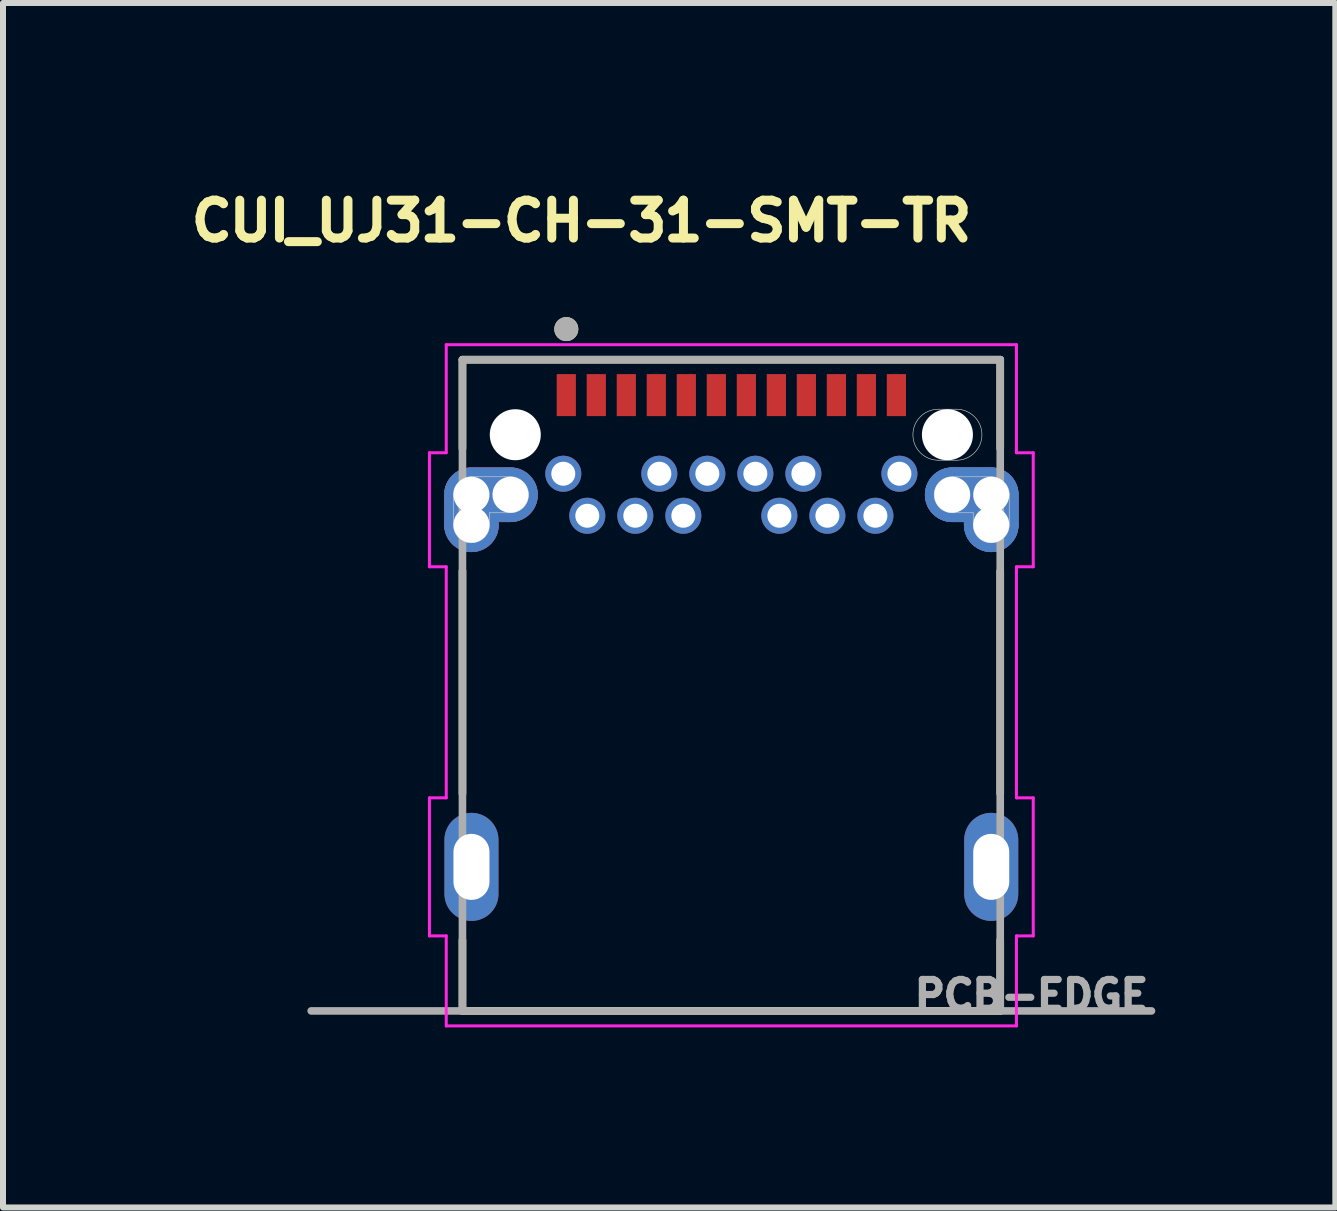
<source format=kicad_pcb>
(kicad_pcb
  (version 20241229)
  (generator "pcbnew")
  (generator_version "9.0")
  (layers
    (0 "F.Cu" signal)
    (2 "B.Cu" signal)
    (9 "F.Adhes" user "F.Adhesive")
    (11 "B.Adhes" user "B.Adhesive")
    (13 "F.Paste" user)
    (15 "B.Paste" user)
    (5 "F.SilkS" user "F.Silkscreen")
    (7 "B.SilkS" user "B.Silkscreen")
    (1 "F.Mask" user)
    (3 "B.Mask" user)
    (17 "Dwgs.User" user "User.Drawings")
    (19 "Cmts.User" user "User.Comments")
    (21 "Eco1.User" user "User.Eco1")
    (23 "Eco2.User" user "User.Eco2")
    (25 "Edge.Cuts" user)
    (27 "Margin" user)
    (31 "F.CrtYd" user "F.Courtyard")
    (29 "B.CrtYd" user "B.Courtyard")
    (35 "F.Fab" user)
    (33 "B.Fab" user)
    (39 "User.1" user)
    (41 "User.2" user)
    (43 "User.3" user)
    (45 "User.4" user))
  (footprint "CUI_UJ31-CH-31-SMT-TR"
    (layer "F.Cu")
    (at 9.135 3.533)
    (property "Reference" "CUI_UJ31-CH-31-SMT-TR" (at -2.496 -2.901 0) (layer "F.SilkS") (effects (font (size 0.631 0.631) (thickness 0.15))))
    (attr through_hole)
    (fp_poly (pts (xy -4.78 1.66) (xy -4.78 2.16) (xy -4.779 2.184) (xy -4.778 2.207) (xy -4.774 2.23) (xy -4.77 2.254) (xy -4.765 2.276) (xy -4.758 2.299) (xy -4.75 2.321) (xy -4.741 2.343) (xy -4.731 2.364) (xy -4.72 2.385) (xy -4.707 2.405) (xy -4.694 2.425) (xy -4.68 2.443) (xy -4.664 2.461) (xy -4.648 2.478) (xy -4.631 2.494) (xy -4.613 2.51) (xy -4.595 2.524) (xy -4.575 2.537) (xy -4.555 2.55) (xy -4.534 2.561) (xy -4.513 2.571) (xy -4.491 2.58) (xy -4.469 2.588) (xy -4.446 2.595) (xy -4.424 2.6) (xy -4.4 2.604) (xy -4.377 2.608) (xy -4.354 2.609) (xy -4.33 2.61) (xy -4.306 2.609) (xy -4.283 2.608) (xy -4.26 2.604) (xy -4.236 2.6) (xy -4.214 2.595) (xy -4.191 2.588) (xy -4.169 2.58) (xy -4.147 2.571) (xy -4.126 2.561) (xy -4.105 2.55) (xy -4.085 2.537) (xy -4.065 2.524) (xy -4.047 2.51) (xy -4.029 2.494) (xy -4.012 2.478) (xy -3.996 2.461) (xy -3.98 2.443) (xy -3.966 2.425) (xy -3.953 2.405) (xy -3.94 2.385) (xy -3.929 2.364) (xy -3.919 2.343) (xy -3.91 2.321) (xy -3.902 2.299) (xy -3.895 2.276) (xy -3.89 2.254) (xy -3.886 2.23) (xy -3.882 2.207) (xy -3.881 2.184) (xy -3.88 2.16) (xy -3.88 2.11) (xy -3.68 2.11) (xy -3.656 2.109) (xy -3.633 2.108) (xy -3.61 2.104) (xy -3.586 2.1) (xy -3.564 2.095) (xy -3.541 2.088) (xy -3.519 2.08) (xy -3.497 2.071) (xy -3.476 2.061) (xy -3.455 2.05) (xy -3.435 2.037) (xy -3.415 2.024) (xy -3.397 2.01) (xy -3.379 1.994) (xy -3.362 1.978) (xy -3.346 1.961) (xy -3.33 1.943) (xy -3.316 1.925) (xy -3.303 1.905) (xy -3.29 1.885) (xy -3.279 1.864) (xy -3.269 1.843) (xy -3.26 1.821) (xy -3.252 1.799) (xy -3.245 1.776) (xy -3.24 1.754) (xy -3.236 1.73) (xy -3.232 1.707) (xy -3.231 1.684) (xy -3.23 1.66) (xy -3.231 1.636) (xy -3.232 1.613) (xy -3.236 1.59) (xy -3.24 1.566) (xy -3.245 1.544) (xy -3.252 1.521) (xy -3.26 1.499) (xy -3.269 1.477) (xy -3.279 1.456) (xy -3.29 1.435) (xy -3.303 1.415) (xy -3.316 1.395) (xy -3.33 1.377) (xy -3.346 1.359) (xy -3.362 1.342) (xy -3.379 1.326) (xy -3.397 1.31) (xy -3.415 1.296) (xy -3.435 1.283) (xy -3.455 1.27) (xy -3.476 1.259) (xy -3.497 1.249) (xy -3.519 1.24) (xy -3.541 1.232) (xy -3.564 1.225) (xy -3.586 1.22) (xy -3.61 1.216) (xy -3.633 1.212) (xy -3.656 1.211) (xy -3.68 1.21) (xy -4.33 1.21) (xy -4.354 1.211) (xy -4.377 1.212) (xy -4.4 1.216) (xy -4.424 1.22) (xy -4.446 1.225) (xy -4.469 1.232) (xy -4.491 1.24) (xy -4.513 1.249) (xy -4.534 1.259) (xy -4.555 1.27) (xy -4.575 1.283) (xy -4.595 1.296) (xy -4.613 1.31) (xy -4.631 1.326) (xy -4.648 1.342) (xy -4.664 1.359) (xy -4.68 1.377) (xy -4.694 1.395) (xy -4.707 1.415) (xy -4.72 1.435) (xy -4.731 1.456) (xy -4.741 1.477) (xy -4.75 1.499) (xy -4.758 1.521) (xy -4.765 1.544) (xy -4.77 1.566) (xy -4.774 1.59) (xy -4.778 1.613) (xy -4.779 1.636) (xy -4.78 1.66)) (stroke (width 0.01) (type solid)) (fill yes) (layer "F.Cu"))
    (fp_poly (pts (xy -4.78 1.66) (xy -4.78 2.16) (xy -4.779 2.184) (xy -4.778 2.207) (xy -4.774 2.23) (xy -4.77 2.254) (xy -4.765 2.276) (xy -4.758 2.299) (xy -4.75 2.321) (xy -4.741 2.343) (xy -4.731 2.364) (xy -4.72 2.385) (xy -4.707 2.405) (xy -4.694 2.425) (xy -4.68 2.443) (xy -4.664 2.461) (xy -4.648 2.478) (xy -4.631 2.494) (xy -4.613 2.51) (xy -4.595 2.524) (xy -4.575 2.537) (xy -4.555 2.55) (xy -4.534 2.561) (xy -4.513 2.571) (xy -4.491 2.58) (xy -4.469 2.588) (xy -4.446 2.595) (xy -4.424 2.6) (xy -4.4 2.604) (xy -4.377 2.608) (xy -4.354 2.609) (xy -4.33 2.61) (xy -4.306 2.609) (xy -4.283 2.608) (xy -4.26 2.604) (xy -4.236 2.6) (xy -4.214 2.595) (xy -4.191 2.588) (xy -4.169 2.58) (xy -4.147 2.571) (xy -4.126 2.561) (xy -4.105 2.55) (xy -4.085 2.537) (xy -4.065 2.524) (xy -4.047 2.51) (xy -4.029 2.494) (xy -4.012 2.478) (xy -3.996 2.461) (xy -3.98 2.443) (xy -3.966 2.425) (xy -3.953 2.405) (xy -3.94 2.385) (xy -3.929 2.364) (xy -3.919 2.343) (xy -3.91 2.321) (xy -3.902 2.299) (xy -3.895 2.276) (xy -3.89 2.254) (xy -3.886 2.23) (xy -3.882 2.207) (xy -3.881 2.184) (xy -3.88 2.16) (xy -3.88 2.11) (xy -3.68 2.11) (xy -3.656 2.109) (xy -3.633 2.108) (xy -3.61 2.104) (xy -3.586 2.1) (xy -3.564 2.095) (xy -3.541 2.088) (xy -3.519 2.08) (xy -3.497 2.071) (xy -3.476 2.061) (xy -3.455 2.05) (xy -3.435 2.037) (xy -3.415 2.024) (xy -3.397 2.01) (xy -3.379 1.994) (xy -3.362 1.978) (xy -3.346 1.961) (xy -3.33 1.943) (xy -3.316 1.925) (xy -3.303 1.905) (xy -3.29 1.885) (xy -3.279 1.864) (xy -3.269 1.843) (xy -3.26 1.821) (xy -3.252 1.799) (xy -3.245 1.776) (xy -3.24 1.754) (xy -3.236 1.73) (xy -3.232 1.707) (xy -3.231 1.684) (xy -3.23 1.66) (xy -3.231 1.636) (xy -3.232 1.613) (xy -3.236 1.59) (xy -3.24 1.566) (xy -3.245 1.544) (xy -3.252 1.521) (xy -3.26 1.499) (xy -3.269 1.477) (xy -3.279 1.456) (xy -3.29 1.435) (xy -3.303 1.415) (xy -3.316 1.395) (xy -3.33 1.377) (xy -3.346 1.359) (xy -3.362 1.342) (xy -3.379 1.326) (xy -3.397 1.31) (xy -3.415 1.296) (xy -3.435 1.283) (xy -3.455 1.27) (xy -3.476 1.259) (xy -3.497 1.249) (xy -3.519 1.24) (xy -3.541 1.232) (xy -3.564 1.225) (xy -3.586 1.22) (xy -3.61 1.216) (xy -3.633 1.212) (xy -3.656 1.211) (xy -3.68 1.21) (xy -4.33 1.21) (xy -4.354 1.211) (xy -4.377 1.212) (xy -4.4 1.216) (xy -4.424 1.22) (xy -4.446 1.225) (xy -4.469 1.232) (xy -4.491 1.24) (xy -4.513 1.249) (xy -4.534 1.259) (xy -4.555 1.27) (xy -4.575 1.283) (xy -4.595 1.296) (xy -4.613 1.31) (xy -4.631 1.326) (xy -4.648 1.342) (xy -4.664 1.359) (xy -4.68 1.377) (xy -4.694 1.395) (xy -4.707 1.415) (xy -4.72 1.435) (xy -4.731 1.456) (xy -4.741 1.477) (xy -4.75 1.499) (xy -4.758 1.521) (xy -4.765 1.544) (xy -4.77 1.566) (xy -4.774 1.59) (xy -4.778 1.613) (xy -4.779 1.636) (xy -4.78 1.66)) (stroke (width 0.01) (type solid)) (fill yes) (layer "F.Cu"))
    (fp_poly (pts (xy 4.78 1.66) (xy 4.78 2.16) (xy 4.779 2.184) (xy 4.778 2.207) (xy 4.774 2.23) (xy 4.77 2.254) (xy 4.765 2.276) (xy 4.758 2.299) (xy 4.75 2.321) (xy 4.741 2.343) (xy 4.731 2.364) (xy 4.72 2.385) (xy 4.707 2.405) (xy 4.694 2.425) (xy 4.68 2.443) (xy 4.664 2.461) (xy 4.648 2.478) (xy 4.631 2.494) (xy 4.613 2.51) (xy 4.595 2.524) (xy 4.575 2.537) (xy 4.555 2.55) (xy 4.534 2.561) (xy 4.513 2.571) (xy 4.491 2.58) (xy 4.469 2.588) (xy 4.446 2.595) (xy 4.424 2.6) (xy 4.4 2.604) (xy 4.377 2.608) (xy 4.354 2.609) (xy 4.33 2.61) (xy 4.306 2.609) (xy 4.283 2.608) (xy 4.26 2.604) (xy 4.236 2.6) (xy 4.214 2.595) (xy 4.191 2.588) (xy 4.169 2.58) (xy 4.147 2.571) (xy 4.126 2.561) (xy 4.105 2.55) (xy 4.085 2.537) (xy 4.065 2.524) (xy 4.047 2.51) (xy 4.029 2.494) (xy 4.012 2.478) (xy 3.996 2.461) (xy 3.98 2.443) (xy 3.966 2.425) (xy 3.953 2.405) (xy 3.94 2.385) (xy 3.929 2.364) (xy 3.919 2.343) (xy 3.91 2.321) (xy 3.902 2.299) (xy 3.895 2.276) (xy 3.89 2.254) (xy 3.886 2.23) (xy 3.882 2.207) (xy 3.881 2.184) (xy 3.88 2.16) (xy 3.88 2.11) (xy 3.68 2.11) (xy 3.656 2.109) (xy 3.633 2.108) (xy 3.61 2.104) (xy 3.586 2.1) (xy 3.564 2.095) (xy 3.541 2.088) (xy 3.519 2.08) (xy 3.497 2.071) (xy 3.476 2.061) (xy 3.455 2.05) (xy 3.435 2.037) (xy 3.415 2.024) (xy 3.397 2.01) (xy 3.379 1.994) (xy 3.362 1.978) (xy 3.346 1.961) (xy 3.33 1.943) (xy 3.316 1.925) (xy 3.303 1.905) (xy 3.29 1.885) (xy 3.279 1.864) (xy 3.269 1.843) (xy 3.26 1.821) (xy 3.252 1.799) (xy 3.245 1.776) (xy 3.24 1.754) (xy 3.236 1.73) (xy 3.232 1.707) (xy 3.231 1.684) (xy 3.23 1.66) (xy 3.231 1.636) (xy 3.232 1.613) (xy 3.236 1.59) (xy 3.24 1.566) (xy 3.245 1.544) (xy 3.252 1.521) (xy 3.26 1.499) (xy 3.269 1.477) (xy 3.279 1.456) (xy 3.29 1.435) (xy 3.303 1.415) (xy 3.316 1.395) (xy 3.33 1.377) (xy 3.346 1.359) (xy 3.362 1.342) (xy 3.379 1.326) (xy 3.397 1.31) (xy 3.415 1.296) (xy 3.435 1.283) (xy 3.455 1.27) (xy 3.476 1.259) (xy 3.497 1.249) (xy 3.519 1.24) (xy 3.541 1.232) (xy 3.564 1.225) (xy 3.586 1.22) (xy 3.61 1.216) (xy 3.633 1.212) (xy 3.656 1.211) (xy 3.68 1.21) (xy 4.33 1.21) (xy 4.354 1.211) (xy 4.377 1.212) (xy 4.4 1.216) (xy 4.424 1.22) (xy 4.446 1.225) (xy 4.469 1.232) (xy 4.491 1.24) (xy 4.513 1.249) (xy 4.534 1.259) (xy 4.555 1.27) (xy 4.575 1.283) (xy 4.595 1.296) (xy 4.613 1.31) (xy 4.631 1.326) (xy 4.648 1.342) (xy 4.664 1.359) (xy 4.68 1.377) (xy 4.694 1.395) (xy 4.707 1.415) (xy 4.72 1.435) (xy 4.731 1.456) (xy 4.741 1.477) (xy 4.75 1.499) (xy 4.758 1.521) (xy 4.765 1.544) (xy 4.77 1.566) (xy 4.774 1.59) (xy 4.778 1.613) (xy 4.779 1.636) (xy 4.78 1.66)) (stroke (width 0.01) (type solid)) (fill yes) (layer "F.Cu"))
    (fp_poly (pts (xy 2.925 0.66) (xy 2.926 0.633) (xy 2.928 0.605) (xy 2.931 0.578) (xy 2.936 0.551) (xy 2.943 0.524) (xy 2.951 0.498) (xy 2.96 0.472) (xy 2.97 0.446) (xy 2.982 0.422) (xy 2.995 0.398) (xy 3.01 0.374) (xy 3.025 0.351) (xy 3.042 0.33) (xy 3.06 0.309) (xy 3.079 0.289) (xy 3.099 0.27) (xy 3.12 0.252) (xy 3.141 0.235) (xy 3.164 0.22) (xy 3.188 0.205) (xy 3.212 0.192) (xy 3.236 0.18) (xy 3.262 0.17) (xy 3.288 0.161) (xy 3.314 0.153) (xy 3.341 0.146) (xy 3.368 0.141) (xy 3.395 0.138) (xy 3.423 0.136) (xy 3.45 0.135) (xy 3.75 0.135) (xy 3.777 0.136) (xy 3.805 0.138) (xy 3.832 0.141) (xy 3.859 0.146) (xy 3.886 0.153) (xy 3.912 0.161) (xy 3.938 0.17) (xy 3.964 0.18) (xy 3.988 0.192) (xy 4.013 0.205) (xy 4.036 0.22) (xy 4.059 0.235) (xy 4.08 0.252) (xy 4.101 0.27) (xy 4.121 0.289) (xy 4.14 0.309) (xy 4.158 0.33) (xy 4.175 0.351) (xy 4.19 0.374) (xy 4.205 0.398) (xy 4.218 0.422) (xy 4.23 0.446) (xy 4.24 0.472) (xy 4.249 0.498) (xy 4.257 0.524) (xy 4.264 0.551) (xy 4.269 0.578) (xy 4.272 0.605) (xy 4.274 0.633) (xy 4.275 0.66) (xy 4.274 0.687) (xy 4.272 0.715) (xy 4.269 0.742) (xy 4.264 0.769) (xy 4.257 0.796) (xy 4.249 0.822) (xy 4.24 0.848) (xy 4.23 0.874) (xy 4.218 0.898) (xy 4.205 0.922) (xy 4.19 0.946) (xy 4.175 0.969) (xy 4.158 0.99) (xy 4.14 1.011) (xy 4.121 1.031) (xy 4.101 1.05) (xy 4.08 1.068) (xy 4.059 1.085) (xy 4.036 1.1) (xy 4.013 1.115) (xy 3.988 1.128) (xy 3.964 1.14) (xy 3.938 1.15) (xy 3.912 1.159) (xy 3.886 1.167) (xy 3.859 1.174) (xy 3.832 1.179) (xy 3.805 1.182) (xy 3.777 1.184) (xy 3.75 1.185) (xy 3.45 1.185) (xy 3.423 1.184) (xy 3.395 1.182) (xy 3.368 1.179) (xy 3.341 1.174) (xy 3.314 1.167) (xy 3.288 1.159) (xy 3.262 1.15) (xy 3.236 1.14) (xy 3.212 1.128) (xy 3.188 1.115) (xy 3.164 1.1) (xy 3.141 1.085) (xy 3.12 1.068) (xy 3.099 1.05) (xy 3.079 1.031) (xy 3.06 1.011) (xy 3.042 0.99) (xy 3.025 0.969) (xy 3.01 0.946) (xy 2.995 0.922) (xy 2.982 0.898) (xy 2.97 0.874) (xy 2.96 0.848) (xy 2.951 0.822) (xy 2.943 0.796) (xy 2.936 0.769) (xy 2.931 0.742) (xy 2.928 0.715) (xy 2.926 0.687) (xy 2.925 0.66)) (stroke (width 0.01) (type solid)) (fill yes) (layer "F.Mask"))
    (fp_poly (pts (xy -4.88 1.66) (xy -4.88 2.16) (xy -4.879 2.189) (xy -4.877 2.217) (xy -4.873 2.246) (xy -4.868 2.274) (xy -4.861 2.302) (xy -4.853 2.33) (xy -4.843 2.357) (xy -4.832 2.384) (xy -4.82 2.41) (xy -4.806 2.435) (xy -4.791 2.46) (xy -4.775 2.483) (xy -4.757 2.506) (xy -4.739 2.528) (xy -4.719 2.549) (xy -4.698 2.569) (xy -4.676 2.587) (xy -4.653 2.605) (xy -4.63 2.621) (xy -4.605 2.636) (xy -4.58 2.65) (xy -4.554 2.662) (xy -4.527 2.673) (xy -4.5 2.683) (xy -4.472 2.691) (xy -4.444 2.698) (xy -4.416 2.703) (xy -4.387 2.707) (xy -4.359 2.709) (xy -4.33 2.71) (xy -4.28 2.71) (xy -4.255 2.707) (xy -4.23 2.702) (xy -4.205 2.697) (xy -4.18 2.69) (xy -4.156 2.682) (xy -4.132 2.674) (xy -4.108 2.664) (xy -4.085 2.653) (xy -4.063 2.641) (xy -4.041 2.628) (xy -4.02 2.614) (xy -3.999 2.599) (xy -3.979 2.583) (xy -3.96 2.566) (xy -3.941 2.549) (xy -3.924 2.53) (xy -3.907 2.511) (xy -3.891 2.491) (xy -3.876 2.47) (xy -3.862 2.449) (xy -3.849 2.427) (xy -3.837 2.405) (xy -3.826 2.382) (xy -3.816 2.358) (xy -3.808 2.334) (xy -3.8 2.31) (xy -3.793 2.285) (xy -3.788 2.26) (xy -3.783 2.235) (xy -3.78 2.21) (xy -3.68 2.21) (xy -3.651 2.209) (xy -3.623 2.207) (xy -3.594 2.203) (xy -3.566 2.198) (xy -3.538 2.191) (xy -3.51 2.183) (xy -3.483 2.173) (xy -3.456 2.162) (xy -3.43 2.15) (xy -3.405 2.136) (xy -3.38 2.121) (xy -3.357 2.105) (xy -3.334 2.087) (xy -3.312 2.069) (xy -3.291 2.049) (xy -3.271 2.028) (xy -3.253 2.006) (xy -3.235 1.983) (xy -3.219 1.96) (xy -3.204 1.935) (xy -3.19 1.91) (xy -3.178 1.884) (xy -3.167 1.857) (xy -3.157 1.83) (xy -3.149 1.802) (xy -3.142 1.774) (xy -3.137 1.746) (xy -3.133 1.717) (xy -3.131 1.689) (xy -3.13 1.66) (xy -3.131 1.631) (xy -3.133 1.603) (xy -3.137 1.574) (xy -3.142 1.546) (xy -3.149 1.518) (xy -3.157 1.49) (xy -3.167 1.463) (xy -3.178 1.436) (xy -3.19 1.41) (xy -3.204 1.385) (xy -3.219 1.36) (xy -3.235 1.337) (xy -3.253 1.314) (xy -3.271 1.292) (xy -3.291 1.271) (xy -3.312 1.251) (xy -3.334 1.233) (xy -3.357 1.215) (xy -3.38 1.199) (xy -3.405 1.184) (xy -3.43 1.17) (xy -3.456 1.158) (xy -3.483 1.147) (xy -3.51 1.137) (xy -3.538 1.129) (xy -3.566 1.122) (xy -3.594 1.117) (xy -3.623 1.113) (xy -3.651 1.111) (xy -3.68 1.11) (xy -4.33 1.11) (xy -4.359 1.111) (xy -4.387 1.113) (xy -4.416 1.117) (xy -4.444 1.122) (xy -4.472 1.129) (xy -4.5 1.137) (xy -4.527 1.147) (xy -4.554 1.158) (xy -4.58 1.17) (xy -4.605 1.184) (xy -4.63 1.199) (xy -4.653 1.215) (xy -4.676 1.233) (xy -4.698 1.251) (xy -4.719 1.271) (xy -4.739 1.292) (xy -4.757 1.314) (xy -4.775 1.337) (xy -4.791 1.36) (xy -4.806 1.385) (xy -4.82 1.41) (xy -4.832 1.436) (xy -4.843 1.463) (xy -4.853 1.49) (xy -4.861 1.518) (xy -4.868 1.546) (xy -4.873 1.574) (xy -4.877 1.603) (xy -4.879 1.631) (xy -4.88 1.66)) (stroke (width 0.01) (type solid)) (fill yes) (layer "F.Mask"))
    (fp_poly (pts (xy 4.88 1.66) (xy 4.88 2.16) (xy 4.879 2.189) (xy 4.877 2.217) (xy 4.873 2.246) (xy 4.868 2.274) (xy 4.861 2.302) (xy 4.853 2.33) (xy 4.843 2.357) (xy 4.832 2.384) (xy 4.82 2.41) (xy 4.806 2.435) (xy 4.791 2.46) (xy 4.775 2.483) (xy 4.757 2.506) (xy 4.739 2.528) (xy 4.719 2.549) (xy 4.698 2.569) (xy 4.676 2.587) (xy 4.653 2.605) (xy 4.63 2.621) (xy 4.605 2.636) (xy 4.58 2.65) (xy 4.554 2.662) (xy 4.527 2.673) (xy 4.5 2.683) (xy 4.472 2.691) (xy 4.444 2.698) (xy 4.416 2.703) (xy 4.387 2.707) (xy 4.359 2.709) (xy 4.33 2.71) (xy 4.28 2.71) (xy 4.255 2.707) (xy 4.23 2.702) (xy 4.205 2.697) (xy 4.18 2.69) (xy 4.156 2.682) (xy 4.132 2.674) (xy 4.108 2.664) (xy 4.085 2.653) (xy 4.063 2.641) (xy 4.041 2.628) (xy 4.02 2.614) (xy 3.999 2.599) (xy 3.979 2.583) (xy 3.96 2.566) (xy 3.941 2.549) (xy 3.924 2.53) (xy 3.907 2.511) (xy 3.891 2.491) (xy 3.876 2.47) (xy 3.862 2.449) (xy 3.849 2.427) (xy 3.837 2.405) (xy 3.826 2.382) (xy 3.816 2.358) (xy 3.808 2.334) (xy 3.8 2.31) (xy 3.793 2.285) (xy 3.788 2.26) (xy 3.783 2.235) (xy 3.78 2.21) (xy 3.68 2.21) (xy 3.651 2.209) (xy 3.623 2.207) (xy 3.594 2.203) (xy 3.566 2.198) (xy 3.538 2.191) (xy 3.51 2.183) (xy 3.483 2.173) (xy 3.456 2.162) (xy 3.43 2.15) (xy 3.405 2.136) (xy 3.38 2.121) (xy 3.357 2.105) (xy 3.334 2.087) (xy 3.312 2.069) (xy 3.291 2.049) (xy 3.271 2.028) (xy 3.253 2.006) (xy 3.235 1.983) (xy 3.219 1.96) (xy 3.204 1.935) (xy 3.19 1.91) (xy 3.178 1.884) (xy 3.167 1.857) (xy 3.157 1.83) (xy 3.149 1.802) (xy 3.142 1.774) (xy 3.137 1.746) (xy 3.133 1.717) (xy 3.131 1.689) (xy 3.13 1.66) (xy 3.131 1.631) (xy 3.133 1.603) (xy 3.137 1.574) (xy 3.142 1.546) (xy 3.149 1.518) (xy 3.157 1.49) (xy 3.167 1.463) (xy 3.178 1.436) (xy 3.19 1.41) (xy 3.204 1.385) (xy 3.219 1.36) (xy 3.235 1.337) (xy 3.253 1.314) (xy 3.271 1.292) (xy 3.291 1.271) (xy 3.312 1.251) (xy 3.334 1.233) (xy 3.357 1.215) (xy 3.38 1.199) (xy 3.405 1.184) (xy 3.43 1.17) (xy 3.456 1.158) (xy 3.483 1.147) (xy 3.51 1.137) (xy 3.538 1.129) (xy 3.566 1.122) (xy 3.594 1.117) (xy 3.623 1.113) (xy 3.651 1.111) (xy 3.68 1.11) (xy 4.33 1.11) (xy 4.359 1.111) (xy 4.387 1.113) (xy 4.416 1.117) (xy 4.444 1.122) (xy 4.472 1.129) (xy 4.5 1.137) (xy 4.527 1.147) (xy 4.554 1.158) (xy 4.58 1.17) (xy 4.605 1.184) (xy 4.63 1.199) (xy 4.653 1.215) (xy 4.676 1.233) (xy 4.698 1.251) (xy 4.719 1.271) (xy 4.739 1.292) (xy 4.757 1.314) (xy 4.775 1.337) (xy 4.791 1.36) (xy 4.806 1.385) (xy 4.82 1.41) (xy 4.832 1.436) (xy 4.843 1.463) (xy 4.853 1.49) (xy 4.861 1.518) (xy 4.868 1.546) (xy 4.873 1.574) (xy 4.877 1.603) (xy 4.879 1.631) (xy 4.88 1.66)) (stroke (width 0.01) (type solid)) (fill yes) (layer "F.Mask"))
    (fp_poly (pts (xy -4.78 1.66) (xy -4.78 2.16) (xy -4.779 2.184) (xy -4.778 2.207) (xy -4.774 2.23) (xy -4.77 2.254) (xy -4.765 2.276) (xy -4.758 2.299) (xy -4.75 2.321) (xy -4.741 2.343) (xy -4.731 2.364) (xy -4.72 2.385) (xy -4.707 2.405) (xy -4.694 2.425) (xy -4.68 2.443) (xy -4.664 2.461) (xy -4.648 2.478) (xy -4.631 2.494) (xy -4.613 2.51) (xy -4.595 2.524) (xy -4.575 2.537) (xy -4.555 2.55) (xy -4.534 2.561) (xy -4.513 2.571) (xy -4.491 2.58) (xy -4.469 2.588) (xy -4.446 2.595) (xy -4.424 2.6) (xy -4.4 2.604) (xy -4.377 2.608) (xy -4.354 2.609) (xy -4.33 2.61) (xy -4.306 2.609) (xy -4.283 2.608) (xy -4.26 2.604) (xy -4.236 2.6) (xy -4.214 2.595) (xy -4.191 2.588) (xy -4.169 2.58) (xy -4.147 2.571) (xy -4.126 2.561) (xy -4.105 2.55) (xy -4.085 2.537) (xy -4.065 2.524) (xy -4.047 2.51) (xy -4.029 2.494) (xy -4.012 2.478) (xy -3.996 2.461) (xy -3.98 2.443) (xy -3.966 2.425) (xy -3.953 2.405) (xy -3.94 2.385) (xy -3.929 2.364) (xy -3.919 2.343) (xy -3.91 2.321) (xy -3.902 2.299) (xy -3.895 2.276) (xy -3.89 2.254) (xy -3.886 2.23) (xy -3.882 2.207) (xy -3.881 2.184) (xy -3.88 2.16) (xy -3.88 2.11) (xy -3.68 2.11) (xy -3.656 2.109) (xy -3.633 2.108) (xy -3.61 2.104) (xy -3.586 2.1) (xy -3.564 2.095) (xy -3.541 2.088) (xy -3.519 2.08) (xy -3.497 2.071) (xy -3.476 2.061) (xy -3.455 2.05) (xy -3.435 2.037) (xy -3.415 2.024) (xy -3.397 2.01) (xy -3.379 1.994) (xy -3.362 1.978) (xy -3.346 1.961) (xy -3.33 1.943) (xy -3.316 1.925) (xy -3.303 1.905) (xy -3.29 1.885) (xy -3.279 1.864) (xy -3.269 1.843) (xy -3.26 1.821) (xy -3.252 1.799) (xy -3.245 1.776) (xy -3.24 1.754) (xy -3.236 1.73) (xy -3.232 1.707) (xy -3.231 1.684) (xy -3.23 1.66) (xy -3.231 1.636) (xy -3.232 1.613) (xy -3.236 1.59) (xy -3.24 1.566) (xy -3.245 1.544) (xy -3.252 1.521) (xy -3.26 1.499) (xy -3.269 1.477) (xy -3.279 1.456) (xy -3.29 1.435) (xy -3.303 1.415) (xy -3.316 1.395) (xy -3.33 1.377) (xy -3.346 1.359) (xy -3.362 1.342) (xy -3.379 1.326) (xy -3.397 1.31) (xy -3.415 1.296) (xy -3.435 1.283) (xy -3.455 1.27) (xy -3.476 1.259) (xy -3.497 1.249) (xy -3.519 1.24) (xy -3.541 1.232) (xy -3.564 1.225) (xy -3.586 1.22) (xy -3.61 1.216) (xy -3.633 1.212) (xy -3.656 1.211) (xy -3.68 1.21) (xy -4.33 1.21) (xy -4.354 1.211) (xy -4.377 1.212) (xy -4.4 1.216) (xy -4.424 1.22) (xy -4.446 1.225) (xy -4.469 1.232) (xy -4.491 1.24) (xy -4.513 1.249) (xy -4.534 1.259) (xy -4.555 1.27) (xy -4.575 1.283) (xy -4.595 1.296) (xy -4.613 1.31) (xy -4.631 1.326) (xy -4.648 1.342) (xy -4.664 1.359) (xy -4.68 1.377) (xy -4.694 1.395) (xy -4.707 1.415) (xy -4.72 1.435) (xy -4.731 1.456) (xy -4.741 1.477) (xy -4.75 1.499) (xy -4.758 1.521) (xy -4.765 1.544) (xy -4.77 1.566) (xy -4.774 1.59) (xy -4.778 1.613) (xy -4.779 1.636) (xy -4.78 1.66)) (stroke (width 0.01) (type solid)) (fill yes) (layer "B.Cu"))
    (fp_poly (pts (xy 4.78 1.66) (xy 4.78 2.16) (xy 4.779 2.184) (xy 4.778 2.207) (xy 4.774 2.23) (xy 4.77 2.254) (xy 4.765 2.276) (xy 4.758 2.299) (xy 4.75 2.321) (xy 4.741 2.343) (xy 4.731 2.364) (xy 4.72 2.385) (xy 4.707 2.405) (xy 4.694 2.425) (xy 4.68 2.443) (xy 4.664 2.461) (xy 4.648 2.478) (xy 4.631 2.494) (xy 4.613 2.51) (xy 4.595 2.524) (xy 4.575 2.537) (xy 4.555 2.55) (xy 4.534 2.561) (xy 4.513 2.571) (xy 4.491 2.58) (xy 4.469 2.588) (xy 4.446 2.595) (xy 4.424 2.6) (xy 4.4 2.604) (xy 4.377 2.608) (xy 4.354 2.609) (xy 4.33 2.61) (xy 4.306 2.609) (xy 4.283 2.608) (xy 4.26 2.604) (xy 4.236 2.6) (xy 4.214 2.595) (xy 4.191 2.588) (xy 4.169 2.58) (xy 4.147 2.571) (xy 4.126 2.561) (xy 4.105 2.55) (xy 4.085 2.537) (xy 4.065 2.524) (xy 4.047 2.51) (xy 4.029 2.494) (xy 4.012 2.478) (xy 3.996 2.461) (xy 3.98 2.443) (xy 3.966 2.425) (xy 3.953 2.405) (xy 3.94 2.385) (xy 3.929 2.364) (xy 3.919 2.343) (xy 3.91 2.321) (xy 3.902 2.299) (xy 3.895 2.276) (xy 3.89 2.254) (xy 3.886 2.23) (xy 3.882 2.207) (xy 3.881 2.184) (xy 3.88 2.16) (xy 3.88 2.11) (xy 3.68 2.11) (xy 3.656 2.109) (xy 3.633 2.108) (xy 3.61 2.104) (xy 3.586 2.1) (xy 3.564 2.095) (xy 3.541 2.088) (xy 3.519 2.08) (xy 3.497 2.071) (xy 3.476 2.061) (xy 3.455 2.05) (xy 3.435 2.037) (xy 3.415 2.024) (xy 3.397 2.01) (xy 3.379 1.994) (xy 3.362 1.978) (xy 3.346 1.961) (xy 3.33 1.943) (xy 3.316 1.925) (xy 3.303 1.905) (xy 3.29 1.885) (xy 3.279 1.864) (xy 3.269 1.843) (xy 3.26 1.821) (xy 3.252 1.799) (xy 3.245 1.776) (xy 3.24 1.754) (xy 3.236 1.73) (xy 3.232 1.707) (xy 3.231 1.684) (xy 3.23 1.66) (xy 3.231 1.636) (xy 3.232 1.613) (xy 3.236 1.59) (xy 3.24 1.566) (xy 3.245 1.544) (xy 3.252 1.521) (xy 3.26 1.499) (xy 3.269 1.477) (xy 3.279 1.456) (xy 3.29 1.435) (xy 3.303 1.415) (xy 3.316 1.395) (xy 3.33 1.377) (xy 3.346 1.359) (xy 3.362 1.342) (xy 3.379 1.326) (xy 3.397 1.31) (xy 3.415 1.296) (xy 3.435 1.283) (xy 3.455 1.27) (xy 3.476 1.259) (xy 3.497 1.249) (xy 3.519 1.24) (xy 3.541 1.232) (xy 3.564 1.225) (xy 3.586 1.22) (xy 3.61 1.216) (xy 3.633 1.212) (xy 3.656 1.211) (xy 3.68 1.21) (xy 4.33 1.21) (xy 4.354 1.211) (xy 4.377 1.212) (xy 4.4 1.216) (xy 4.424 1.22) (xy 4.446 1.225) (xy 4.469 1.232) (xy 4.491 1.24) (xy 4.513 1.249) (xy 4.534 1.259) (xy 4.555 1.27) (xy 4.575 1.283) (xy 4.595 1.296) (xy 4.613 1.31) (xy 4.631 1.326) (xy 4.648 1.342) (xy 4.664 1.359) (xy 4.68 1.377) (xy 4.694 1.395) (xy 4.707 1.415) (xy 4.72 1.435) (xy 4.731 1.456) (xy 4.741 1.477) (xy 4.75 1.499) (xy 4.758 1.521) (xy 4.765 1.544) (xy 4.77 1.566) (xy 4.774 1.59) (xy 4.778 1.613) (xy 4.779 1.636) (xy 4.78 1.66)) (stroke (width 0.01) (type solid)) (fill yes) (layer "B.Cu"))
    (fp_poly (pts (xy 4.78 1.66) (xy 4.78 2.16) (xy 4.779 2.184) (xy 4.778 2.207) (xy 4.774 2.23) (xy 4.77 2.254) (xy 4.765 2.276) (xy 4.758 2.299) (xy 4.75 2.321) (xy 4.741 2.343) (xy 4.731 2.364) (xy 4.72 2.385) (xy 4.707 2.405) (xy 4.694 2.425) (xy 4.68 2.443) (xy 4.664 2.461) (xy 4.648 2.478) (xy 4.631 2.494) (xy 4.613 2.51) (xy 4.595 2.524) (xy 4.575 2.537) (xy 4.555 2.55) (xy 4.534 2.561) (xy 4.513 2.571) (xy 4.491 2.58) (xy 4.469 2.588) (xy 4.446 2.595) (xy 4.424 2.6) (xy 4.4 2.604) (xy 4.377 2.608) (xy 4.354 2.609) (xy 4.33 2.61) (xy 4.306 2.609) (xy 4.283 2.608) (xy 4.26 2.604) (xy 4.236 2.6) (xy 4.214 2.595) (xy 4.191 2.588) (xy 4.169 2.58) (xy 4.147 2.571) (xy 4.126 2.561) (xy 4.105 2.55) (xy 4.085 2.537) (xy 4.065 2.524) (xy 4.047 2.51) (xy 4.029 2.494) (xy 4.012 2.478) (xy 3.996 2.461) (xy 3.98 2.443) (xy 3.966 2.425) (xy 3.953 2.405) (xy 3.94 2.385) (xy 3.929 2.364) (xy 3.919 2.343) (xy 3.91 2.321) (xy 3.902 2.299) (xy 3.895 2.276) (xy 3.89 2.254) (xy 3.886 2.23) (xy 3.882 2.207) (xy 3.881 2.184) (xy 3.88 2.16) (xy 3.88 2.11) (xy 3.68 2.11) (xy 3.656 2.109) (xy 3.633 2.108) (xy 3.61 2.104) (xy 3.586 2.1) (xy 3.564 2.095) (xy 3.541 2.088) (xy 3.519 2.08) (xy 3.497 2.071) (xy 3.476 2.061) (xy 3.455 2.05) (xy 3.435 2.037) (xy 3.415 2.024) (xy 3.397 2.01) (xy 3.379 1.994) (xy 3.362 1.978) (xy 3.346 1.961) (xy 3.33 1.943) (xy 3.316 1.925) (xy 3.303 1.905) (xy 3.29 1.885) (xy 3.279 1.864) (xy 3.269 1.843) (xy 3.26 1.821) (xy 3.252 1.799) (xy 3.245 1.776) (xy 3.24 1.754) (xy 3.236 1.73) (xy 3.232 1.707) (xy 3.231 1.684) (xy 3.23 1.66) (xy 3.231 1.636) (xy 3.232 1.613) (xy 3.236 1.59) (xy 3.24 1.566) (xy 3.245 1.544) (xy 3.252 1.521) (xy 3.26 1.499) (xy 3.269 1.477) (xy 3.279 1.456) (xy 3.29 1.435) (xy 3.303 1.415) (xy 3.316 1.395) (xy 3.33 1.377) (xy 3.346 1.359) (xy 3.362 1.342) (xy 3.379 1.326) (xy 3.397 1.31) (xy 3.415 1.296) (xy 3.435 1.283) (xy 3.455 1.27) (xy 3.476 1.259) (xy 3.497 1.249) (xy 3.519 1.24) (xy 3.541 1.232) (xy 3.564 1.225) (xy 3.586 1.22) (xy 3.61 1.216) (xy 3.633 1.212) (xy 3.656 1.211) (xy 3.68 1.21) (xy 4.33 1.21) (xy 4.354 1.211) (xy 4.377 1.212) (xy 4.4 1.216) (xy 4.424 1.22) (xy 4.446 1.225) (xy 4.469 1.232) (xy 4.491 1.24) (xy 4.513 1.249) (xy 4.534 1.259) (xy 4.555 1.27) (xy 4.575 1.283) (xy 4.595 1.296) (xy 4.613 1.31) (xy 4.631 1.326) (xy 4.648 1.342) (xy 4.664 1.359) (xy 4.68 1.377) (xy 4.694 1.395) (xy 4.707 1.415) (xy 4.72 1.435) (xy 4.731 1.456) (xy 4.741 1.477) (xy 4.75 1.499) (xy 4.758 1.521) (xy 4.765 1.544) (xy 4.77 1.566) (xy 4.774 1.59) (xy 4.778 1.613) (xy 4.779 1.636) (xy 4.78 1.66)) (stroke (width 0.01) (type solid)) (fill yes) (layer "B.Cu"))
    (fp_poly (pts (xy 2.925 0.66) (xy 2.926 0.633) (xy 2.928 0.605) (xy 2.931 0.578) (xy 2.936 0.551) (xy 2.943 0.524) (xy 2.951 0.498) (xy 2.96 0.472) (xy 2.97 0.446) (xy 2.982 0.422) (xy 2.995 0.398) (xy 3.01 0.374) (xy 3.025 0.351) (xy 3.042 0.33) (xy 3.06 0.309) (xy 3.079 0.289) (xy 3.099 0.27) (xy 3.12 0.252) (xy 3.141 0.235) (xy 3.164 0.22) (xy 3.188 0.205) (xy 3.212 0.192) (xy 3.236 0.18) (xy 3.262 0.17) (xy 3.288 0.161) (xy 3.314 0.153) (xy 3.341 0.146) (xy 3.368 0.141) (xy 3.395 0.138) (xy 3.423 0.136) (xy 3.45 0.135) (xy 3.75 0.135) (xy 3.777 0.136) (xy 3.805 0.138) (xy 3.832 0.141) (xy 3.859 0.146) (xy 3.886 0.153) (xy 3.912 0.161) (xy 3.938 0.17) (xy 3.964 0.18) (xy 3.988 0.192) (xy 4.013 0.205) (xy 4.036 0.22) (xy 4.059 0.235) (xy 4.08 0.252) (xy 4.101 0.27) (xy 4.121 0.289) (xy 4.14 0.309) (xy 4.158 0.33) (xy 4.175 0.351) (xy 4.19 0.374) (xy 4.205 0.398) (xy 4.218 0.422) (xy 4.23 0.446) (xy 4.24 0.472) (xy 4.249 0.498) (xy 4.257 0.524) (xy 4.264 0.551) (xy 4.269 0.578) (xy 4.272 0.605) (xy 4.274 0.633) (xy 4.275 0.66) (xy 4.274 0.687) (xy 4.272 0.715) (xy 4.269 0.742) (xy 4.264 0.769) (xy 4.257 0.796) (xy 4.249 0.822) (xy 4.24 0.848) (xy 4.23 0.874) (xy 4.218 0.898) (xy 4.205 0.922) (xy 4.19 0.946) (xy 4.175 0.969) (xy 4.158 0.99) (xy 4.14 1.011) (xy 4.121 1.031) (xy 4.101 1.05) (xy 4.08 1.068) (xy 4.059 1.085) (xy 4.036 1.1) (xy 4.013 1.115) (xy 3.988 1.128) (xy 3.964 1.14) (xy 3.938 1.15) (xy 3.912 1.159) (xy 3.886 1.167) (xy 3.859 1.174) (xy 3.832 1.179) (xy 3.805 1.182) (xy 3.777 1.184) (xy 3.75 1.185) (xy 3.45 1.185) (xy 3.423 1.184) (xy 3.395 1.182) (xy 3.368 1.179) (xy 3.341 1.174) (xy 3.314 1.167) (xy 3.288 1.159) (xy 3.262 1.15) (xy 3.236 1.14) (xy 3.212 1.128) (xy 3.188 1.115) (xy 3.164 1.1) (xy 3.141 1.085) (xy 3.12 1.068) (xy 3.099 1.05) (xy 3.079 1.031) (xy 3.06 1.011) (xy 3.042 0.99) (xy 3.025 0.969) (xy 3.01 0.946) (xy 2.995 0.922) (xy 2.982 0.898) (xy 2.97 0.874) (xy 2.96 0.848) (xy 2.951 0.822) (xy 2.943 0.796) (xy 2.936 0.769) (xy 2.931 0.742) (xy 2.928 0.715) (xy 2.926 0.687) (xy 2.925 0.66)) (stroke (width 0.01) (type solid)) (fill yes) (layer "B.Mask"))
    (fp_poly (pts (xy -4.88 1.66) (xy -4.88 2.16) (xy -4.879 2.189) (xy -4.877 2.217) (xy -4.873 2.246) (xy -4.868 2.274) (xy -4.861 2.302) (xy -4.853 2.33) (xy -4.843 2.357) (xy -4.832 2.384) (xy -4.82 2.41) (xy -4.806 2.435) (xy -4.791 2.46) (xy -4.775 2.483) (xy -4.757 2.506) (xy -4.739 2.528) (xy -4.719 2.549) (xy -4.698 2.569) (xy -4.676 2.587) (xy -4.653 2.605) (xy -4.63 2.621) (xy -4.605 2.636) (xy -4.58 2.65) (xy -4.554 2.662) (xy -4.527 2.673) (xy -4.5 2.683) (xy -4.472 2.691) (xy -4.444 2.698) (xy -4.416 2.703) (xy -4.387 2.707) (xy -4.359 2.709) (xy -4.33 2.71) (xy -4.28 2.71) (xy -4.255 2.707) (xy -4.23 2.702) (xy -4.205 2.697) (xy -4.18 2.69) (xy -4.156 2.682) (xy -4.132 2.674) (xy -4.108 2.664) (xy -4.085 2.653) (xy -4.063 2.641) (xy -4.041 2.628) (xy -4.02 2.614) (xy -3.999 2.599) (xy -3.979 2.583) (xy -3.96 2.566) (xy -3.941 2.549) (xy -3.924 2.53) (xy -3.907 2.511) (xy -3.891 2.491) (xy -3.876 2.47) (xy -3.862 2.449) (xy -3.849 2.427) (xy -3.837 2.405) (xy -3.826 2.382) (xy -3.816 2.358) (xy -3.808 2.334) (xy -3.8 2.31) (xy -3.793 2.285) (xy -3.788 2.26) (xy -3.783 2.235) (xy -3.78 2.21) (xy -3.68 2.21) (xy -3.651 2.209) (xy -3.623 2.207) (xy -3.594 2.203) (xy -3.566 2.198) (xy -3.538 2.191) (xy -3.51 2.183) (xy -3.483 2.173) (xy -3.456 2.162) (xy -3.43 2.15) (xy -3.405 2.136) (xy -3.38 2.121) (xy -3.357 2.105) (xy -3.334 2.087) (xy -3.312 2.069) (xy -3.291 2.049) (xy -3.271 2.028) (xy -3.253 2.006) (xy -3.235 1.983) (xy -3.219 1.96) (xy -3.204 1.935) (xy -3.19 1.91) (xy -3.178 1.884) (xy -3.167 1.857) (xy -3.157 1.83) (xy -3.149 1.802) (xy -3.142 1.774) (xy -3.137 1.746) (xy -3.133 1.717) (xy -3.131 1.689) (xy -3.13 1.66) (xy -3.131 1.631) (xy -3.133 1.603) (xy -3.137 1.574) (xy -3.142 1.546) (xy -3.149 1.518) (xy -3.157 1.49) (xy -3.167 1.463) (xy -3.178 1.436) (xy -3.19 1.41) (xy -3.204 1.385) (xy -3.219 1.36) (xy -3.235 1.337) (xy -3.253 1.314) (xy -3.271 1.292) (xy -3.291 1.271) (xy -3.312 1.251) (xy -3.334 1.233) (xy -3.357 1.215) (xy -3.38 1.199) (xy -3.405 1.184) (xy -3.43 1.17) (xy -3.456 1.158) (xy -3.483 1.147) (xy -3.51 1.137) (xy -3.538 1.129) (xy -3.566 1.122) (xy -3.594 1.117) (xy -3.623 1.113) (xy -3.651 1.111) (xy -3.68 1.11) (xy -4.33 1.11) (xy -4.359 1.111) (xy -4.387 1.113) (xy -4.416 1.117) (xy -4.444 1.122) (xy -4.472 1.129) (xy -4.5 1.137) (xy -4.527 1.147) (xy -4.554 1.158) (xy -4.58 1.17) (xy -4.605 1.184) (xy -4.63 1.199) (xy -4.653 1.215) (xy -4.676 1.233) (xy -4.698 1.251) (xy -4.719 1.271) (xy -4.739 1.292) (xy -4.757 1.314) (xy -4.775 1.337) (xy -4.791 1.36) (xy -4.806 1.385) (xy -4.82 1.41) (xy -4.832 1.436) (xy -4.843 1.463) (xy -4.853 1.49) (xy -4.861 1.518) (xy -4.868 1.546) (xy -4.873 1.574) (xy -4.877 1.603) (xy -4.879 1.631) (xy -4.88 1.66)) (stroke (width 0.01) (type solid)) (fill yes) (layer "B.Mask"))
    (fp_poly (pts (xy 4.88 1.66) (xy 4.88 2.16) (xy 4.879 2.189) (xy 4.877 2.217) (xy 4.873 2.246) (xy 4.868 2.274) (xy 4.861 2.302) (xy 4.853 2.33) (xy 4.843 2.357) (xy 4.832 2.384) (xy 4.82 2.41) (xy 4.806 2.435) (xy 4.791 2.46) (xy 4.775 2.483) (xy 4.757 2.506) (xy 4.739 2.528) (xy 4.719 2.549) (xy 4.698 2.569) (xy 4.676 2.587) (xy 4.653 2.605) (xy 4.63 2.621) (xy 4.605 2.636) (xy 4.58 2.65) (xy 4.554 2.662) (xy 4.527 2.673) (xy 4.5 2.683) (xy 4.472 2.691) (xy 4.444 2.698) (xy 4.416 2.703) (xy 4.387 2.707) (xy 4.359 2.709) (xy 4.33 2.71) (xy 4.28 2.71) (xy 4.255 2.707) (xy 4.23 2.702) (xy 4.205 2.697) (xy 4.18 2.69) (xy 4.156 2.682) (xy 4.132 2.674) (xy 4.108 2.664) (xy 4.085 2.653) (xy 4.063 2.641) (xy 4.041 2.628) (xy 4.02 2.614) (xy 3.999 2.599) (xy 3.979 2.583) (xy 3.96 2.566) (xy 3.941 2.549) (xy 3.924 2.53) (xy 3.907 2.511) (xy 3.891 2.491) (xy 3.876 2.47) (xy 3.862 2.449) (xy 3.849 2.427) (xy 3.837 2.405) (xy 3.826 2.382) (xy 3.816 2.358) (xy 3.808 2.334) (xy 3.8 2.31) (xy 3.793 2.285) (xy 3.788 2.26) (xy 3.783 2.235) (xy 3.78 2.21) (xy 3.68 2.21) (xy 3.651 2.209) (xy 3.623 2.207) (xy 3.594 2.203) (xy 3.566 2.198) (xy 3.538 2.191) (xy 3.51 2.183) (xy 3.483 2.173) (xy 3.456 2.162) (xy 3.43 2.15) (xy 3.405 2.136) (xy 3.38 2.121) (xy 3.357 2.105) (xy 3.334 2.087) (xy 3.312 2.069) (xy 3.291 2.049) (xy 3.271 2.028) (xy 3.253 2.006) (xy 3.235 1.983) (xy 3.219 1.96) (xy 3.204 1.935) (xy 3.19 1.91) (xy 3.178 1.884) (xy 3.167 1.857) (xy 3.157 1.83) (xy 3.149 1.802) (xy 3.142 1.774) (xy 3.137 1.746) (xy 3.133 1.717) (xy 3.131 1.689) (xy 3.13 1.66) (xy 3.131 1.631) (xy 3.133 1.603) (xy 3.137 1.574) (xy 3.142 1.546) (xy 3.149 1.518) (xy 3.157 1.49) (xy 3.167 1.463) (xy 3.178 1.436) (xy 3.19 1.41) (xy 3.204 1.385) (xy 3.219 1.36) (xy 3.235 1.337) (xy 3.253 1.314) (xy 3.271 1.292) (xy 3.291 1.271) (xy 3.312 1.251) (xy 3.334 1.233) (xy 3.357 1.215) (xy 3.38 1.199) (xy 3.405 1.184) (xy 3.43 1.17) (xy 3.456 1.158) (xy 3.483 1.147) (xy 3.51 1.137) (xy 3.538 1.129) (xy 3.566 1.122) (xy 3.594 1.117) (xy 3.623 1.113) (xy 3.651 1.111) (xy 3.68 1.11) (xy 4.33 1.11) (xy 4.359 1.111) (xy 4.387 1.113) (xy 4.416 1.117) (xy 4.444 1.122) (xy 4.472 1.129) (xy 4.5 1.137) (xy 4.527 1.147) (xy 4.554 1.158) (xy 4.58 1.17) (xy 4.605 1.184) (xy 4.63 1.199) (xy 4.653 1.215) (xy 4.676 1.233) (xy 4.698 1.251) (xy 4.719 1.271) (xy 4.739 1.292) (xy 4.757 1.314) (xy 4.775 1.337) (xy 4.791 1.36) (xy 4.806 1.385) (xy 4.82 1.41) (xy 4.832 1.436) (xy 4.843 1.463) (xy 4.853 1.49) (xy 4.861 1.518) (xy 4.868 1.546) (xy 4.873 1.574) (xy 4.877 1.603) (xy 4.879 1.631) (xy 4.88 1.66)) (stroke (width 0.01) (type solid)) (fill yes) (layer "B.Mask"))
    (fp_line (start -4.48 -0.59) (end -4.48 0.89) (stroke (width 0.127) (type solid)) (layer "F.SilkS"))
    (fp_line (start -4.48 -0.59) (end 4.48 -0.59) (stroke (width 0.127) (type solid)) (layer "F.SilkS"))
    (fp_line (start -4.48 2.93) (end -4.48 6.64) (stroke (width 0.127) (type solid)) (layer "F.SilkS"))
    (fp_line (start -4.48 9.08) (end -4.48 10.26) (stroke (width 0.127) (type solid)) (layer "F.SilkS"))
    (fp_line (start -4.48 10.26) (end 4.48 10.26) (stroke (width 0.127) (type solid)) (layer "F.SilkS"))
    (fp_line (start 4.48 -0.59) (end 4.48 0.89) (stroke (width 0.127) (type solid)) (layer "F.SilkS"))
    (fp_line (start 4.48 6.64) (end 4.48 2.93) (stroke (width 0.127) (type solid)) (layer "F.SilkS"))
    (fp_line (start 4.48 10.26) (end 4.48 9.08) (stroke (width 0.127) (type solid)) (layer "F.SilkS"))
    (fp_circle (center -2.75 -1.1) (end -2.65 -1.1) (stroke (width 0.2) (type solid)) (fill no) (layer "F.SilkS"))
    (fp_line (start -4.63 2.16) (end -4.63 1.66) (stroke (width 0.01) (type solid)) (layer "Edge.Cuts"))
    (fp_line (start -4.33 1.36) (end -3.68 1.36) (stroke (width 0.01) (type solid)) (layer "Edge.Cuts"))
    (fp_line (start -4.03 1.96) (end -4.03 2.16) (stroke (width 0.01) (type solid)) (layer "Edge.Cuts"))
    (fp_line (start -3.68 1.96) (end -4.03 1.96) (stroke (width 0.01) (type solid)) (layer "Edge.Cuts"))
    (fp_line (start 3.45 0.235) (end 3.75 0.235) (stroke (width 0.01) (type solid)) (layer "Edge.Cuts"))
    (fp_line (start 3.45 1.085) (end 3.75 1.085) (stroke (width 0.01) (type solid)) (layer "Edge.Cuts"))
    (fp_line (start 3.68 1.36) (end 4.33 1.36) (stroke (width 0.01) (type solid)) (layer "Edge.Cuts"))
    (fp_line (start 4.03 1.96) (end 3.68 1.96) (stroke (width 0.01) (type solid)) (layer "Edge.Cuts"))
    (fp_line (start 4.03 1.96) (end 4.03 2.16) (stroke (width 0.01) (type solid)) (layer "Edge.Cuts"))
    (fp_line (start 4.63 2.16) (end 4.63 1.66) (stroke (width 0.01) (type solid)) (layer "Edge.Cuts"))
    (fp_arc (start -4.63 1.66) (mid -4.542132 1.447868) (end -4.33 1.36) (stroke (width 0.01) (type solid)) (layer "Edge.Cuts"))
    (fp_arc (start -4.03 2.16) (mid -4.33 2.46) (end -4.63 2.16) (stroke (width 0.01) (type solid)) (layer "Edge.Cuts"))
    (fp_arc (start -3.68 1.36) (mid -3.38 1.66) (end -3.68 1.96) (stroke (width 0.01) (type solid)) (layer "Edge.Cuts"))
    (fp_arc (start 3.45 1.085) (mid 3.025 0.66) (end 3.45 0.235) (stroke (width 0.01) (type solid)) (layer "Edge.Cuts"))
    (fp_arc (start 3.68 1.96) (mid 3.38 1.66) (end 3.68 1.36) (stroke (width 0.01) (type solid)) (layer "Edge.Cuts"))
    (fp_arc (start 3.75 0.235) (mid 4.175 0.66) (end 3.75 1.085) (stroke (width 0.01) (type solid)) (layer "Edge.Cuts"))
    (fp_arc (start 4.33 1.36) (mid 4.542132 1.447868) (end 4.63 1.66) (stroke (width 0.01) (type solid)) (layer "Edge.Cuts"))
    (fp_arc (start 4.63 2.16) (mid 4.33 2.46) (end 4.03 2.16) (stroke (width 0.01) (type solid)) (layer "Edge.Cuts"))
    (fp_line (start -5.03 0.96) (end -4.75 0.96) (stroke (width 0.05) (type solid)) (layer "F.CrtYd"))
    (fp_line (start -5.03 2.86) (end -5.03 0.96) (stroke (width 0.05) (type solid)) (layer "F.CrtYd"))
    (fp_line (start -5.03 6.71) (end -4.75 6.71) (stroke (width 0.05) (type solid)) (layer "F.CrtYd"))
    (fp_line (start -5.03 9.01) (end -5.03 6.71) (stroke (width 0.05) (type solid)) (layer "F.CrtYd"))
    (fp_line (start -4.75 -0.84) (end 4.75 -0.84) (stroke (width 0.05) (type solid)) (layer "F.CrtYd"))
    (fp_line (start -4.75 0.96) (end -4.75 -0.84) (stroke (width 0.05) (type solid)) (layer "F.CrtYd"))
    (fp_line (start -4.75 2.86) (end -5.03 2.86) (stroke (width 0.05) (type solid)) (layer "F.CrtYd"))
    (fp_line (start -4.75 6.71) (end -4.75 2.86) (stroke (width 0.05) (type solid)) (layer "F.CrtYd"))
    (fp_line (start -4.75 9.01) (end -5.03 9.01) (stroke (width 0.05) (type solid)) (layer "F.CrtYd"))
    (fp_line (start -4.75 10.51) (end -4.75 9.01) (stroke (width 0.05) (type solid)) (layer "F.CrtYd"))
    (fp_line (start 4.75 -0.84) (end 4.75 0.96) (stroke (width 0.05) (type solid)) (layer "F.CrtYd"))
    (fp_line (start 4.75 0.96) (end 5.03 0.96) (stroke (width 0.05) (type solid)) (layer "F.CrtYd"))
    (fp_line (start 4.75 2.86) (end 4.75 6.71) (stroke (width 0.05) (type solid)) (layer "F.CrtYd"))
    (fp_line (start 4.75 6.71) (end 5.03 6.71) (stroke (width 0.05) (type solid)) (layer "F.CrtYd"))
    (fp_line (start 4.75 9.01) (end 4.75 10.51) (stroke (width 0.05) (type solid)) (layer "F.CrtYd"))
    (fp_line (start 4.75 10.51) (end -4.75 10.51) (stroke (width 0.05) (type solid)) (layer "F.CrtYd"))
    (fp_line (start 5.03 0.96) (end 5.03 2.86) (stroke (width 0.05) (type solid)) (layer "F.CrtYd"))
    (fp_line (start 5.03 2.86) (end 4.75 2.86) (stroke (width 0.05) (type solid)) (layer "F.CrtYd"))
    (fp_line (start 5.03 6.71) (end 5.03 9.01) (stroke (width 0.05) (type solid)) (layer "F.CrtYd"))
    (fp_line (start 5.03 9.01) (end 4.75 9.01) (stroke (width 0.05) (type solid)) (layer "F.CrtYd"))
    (fp_line (start -7 10.26) (end 7 10.26) (stroke (width 0.127) (type solid)) (layer "F.Fab"))
    (fp_line (start -4.48 -0.59) (end 4.48 -0.59) (stroke (width 0.127) (type solid)) (layer "F.Fab"))
    (fp_line (start -4.48 10.26) (end -4.48 -0.59) (stroke (width 0.127) (type solid)) (layer "F.Fab"))
    (fp_line (start 4.48 -0.59) (end 4.48 10.26) (stroke (width 0.127) (type solid)) (layer "F.Fab"))
    (fp_circle (center -2.75 -1.1) (end -2.65 -1.1) (stroke (width 0.2) (type solid)) (fill no) (layer "F.Fab"))
    (fp_text user "PCB-EDGE" (at 5 10 0) (layer "F.Fab") (effects (font (size 0.48 0.48) (thickness 0.15))))
    (pad "" np_thru_hole circle (at -3.6 0.66) (size 0.85 0.85) (drill 0.85) (layers "*.Cu" "*.Mask"))
    (pad "" np_thru_hole circle (at 3.6 0.66) (size 0.85 0.85) (drill 0.85) (layers "*.Cu" "*.Mask"))
    (pad "1" thru_hole circle (at -3.68 1.66) (size 0.9 0.9) (drill 0.6) (layers "*.Cu"))
    (pad "2" thru_hole circle (at -4.33 1.66) (size 0.9 0.9) (drill 0.6) (layers "*.Cu"))
    (pad "3" thru_hole circle (at -4.33 2.16) (size 0.9 0.9) (drill 0.6) (layers "*.Cu"))
    (pad "4" thru_hole circle (at 3.68 1.66) (size 0.9 0.9) (drill 0.6) (layers "*.Cu"))
    (pad "5" thru_hole circle (at 4.33 1.66) (size 0.9 0.9) (drill 0.6) (layers "*.Cu"))
    (pad "6" thru_hole circle (at 4.33 2.16) (size 0.9 0.9) (drill 0.6) (layers "*.Cu"))
    (pad "A1" smd rect (at -2.75 0) (size 0.32 0.7) (layers "F.Cu" "F.Mask" "F.Paste"))
    (pad "A2" smd rect (at -2.25 0) (size 0.32 0.7) (layers "F.Cu" "F.Mask" "F.Paste"))
    (pad "A3" smd rect (at -1.75 0) (size 0.32 0.7) (layers "F.Cu" "F.Mask" "F.Paste"))
    (pad "A4" smd rect (at -1.25 0) (size 0.32 0.7) (layers "F.Cu" "F.Mask" "F.Paste"))
    (pad "A5" smd rect (at -0.75 0) (size 0.32 0.7) (layers "F.Cu" "F.Mask" "F.Paste"))
    (pad "A6" smd rect (at -0.25 0) (size 0.32 0.7) (layers "F.Cu" "F.Mask" "F.Paste"))
    (pad "A7" smd rect (at 0.25 0) (size 0.32 0.7) (layers "F.Cu" "F.Mask" "F.Paste"))
    (pad "A8" smd rect (at 0.75 0) (size 0.32 0.7) (layers "F.Cu" "F.Mask" "F.Paste"))
    (pad "A9" smd rect (at 1.25 0) (size 0.32 0.7) (layers "F.Cu" "F.Mask" "F.Paste"))
    (pad "A10" smd rect (at 1.75 0) (size 0.32 0.7) (layers "F.Cu" "F.Mask" "F.Paste"))
    (pad "A11" smd rect (at 2.25 0) (size 0.32 0.7) (layers "F.Cu" "F.Mask" "F.Paste"))
    (pad "A12" smd rect (at 2.75 0) (size 0.32 0.7) (layers "F.Cu" "F.Mask" "F.Paste"))
    (pad "B1" thru_hole circle (at 2.8 1.31) (size 0.6 0.6) (drill 0.4) (layers "*.Cu" "*.Mask"))
    (pad "B2" thru_hole circle (at 2.4 2.01) (size 0.6 0.6) (drill 0.4) (layers "*.Cu" "*.Mask"))
    (pad "B3" thru_hole circle (at 1.6 2.01) (size 0.6 0.6) (drill 0.4) (layers "*.Cu" "*.Mask"))
    (pad "B4" thru_hole circle (at 1.2 1.31) (size 0.6 0.6) (drill 0.4) (layers "*.Cu" "*.Mask"))
    (pad "B5" thru_hole circle (at 0.8 2.01) (size 0.6 0.6) (drill 0.4) (layers "*.Cu" "*.Mask"))
    (pad "B6" thru_hole circle (at 0.4 1.31) (size 0.6 0.6) (drill 0.4) (layers "*.Cu" "*.Mask"))
    (pad "B7" thru_hole circle (at -0.4 1.31) (size 0.6 0.6) (drill 0.4) (layers "*.Cu" "*.Mask"))
    (pad "B8" thru_hole circle (at -0.8 2.01) (size 0.6 0.6) (drill 0.4) (layers "*.Cu" "*.Mask"))
    (pad "B9" thru_hole circle (at -1.2 1.31) (size 0.6 0.6) (drill 0.4) (layers "*.Cu" "*.Mask"))
    (pad "B10" thru_hole circle (at -1.6 2.01) (size 0.6 0.6) (drill 0.4) (layers "*.Cu" "*.Mask"))
    (pad "B11" thru_hole circle (at -2.4 2.01) (size 0.6 0.6) (drill 0.4) (layers "*.Cu" "*.Mask"))
    (pad "B12" thru_hole circle (at -2.8 1.31) (size 0.6 0.6) (drill 0.4) (layers "*.Cu" "*.Mask"))
    (pad "S1" thru_hole oval (at -4.33 7.86) (size 0.9 1.8) (drill oval 0.6 1.1) (layers "*.Cu" "*.Mask"))
    (pad "S2" thru_hole oval (at 4.33 7.86) (size 0.9 1.8) (drill oval 0.6 1.1) (layers "*.Cu" "*.Mask")))
  (gr_rect
    (start -3 -3)
    (end 19.198 17.068)
    (stroke (width 0.1) (type default))
    (fill no)
    (layer "Edge.Cuts")))
</source>
